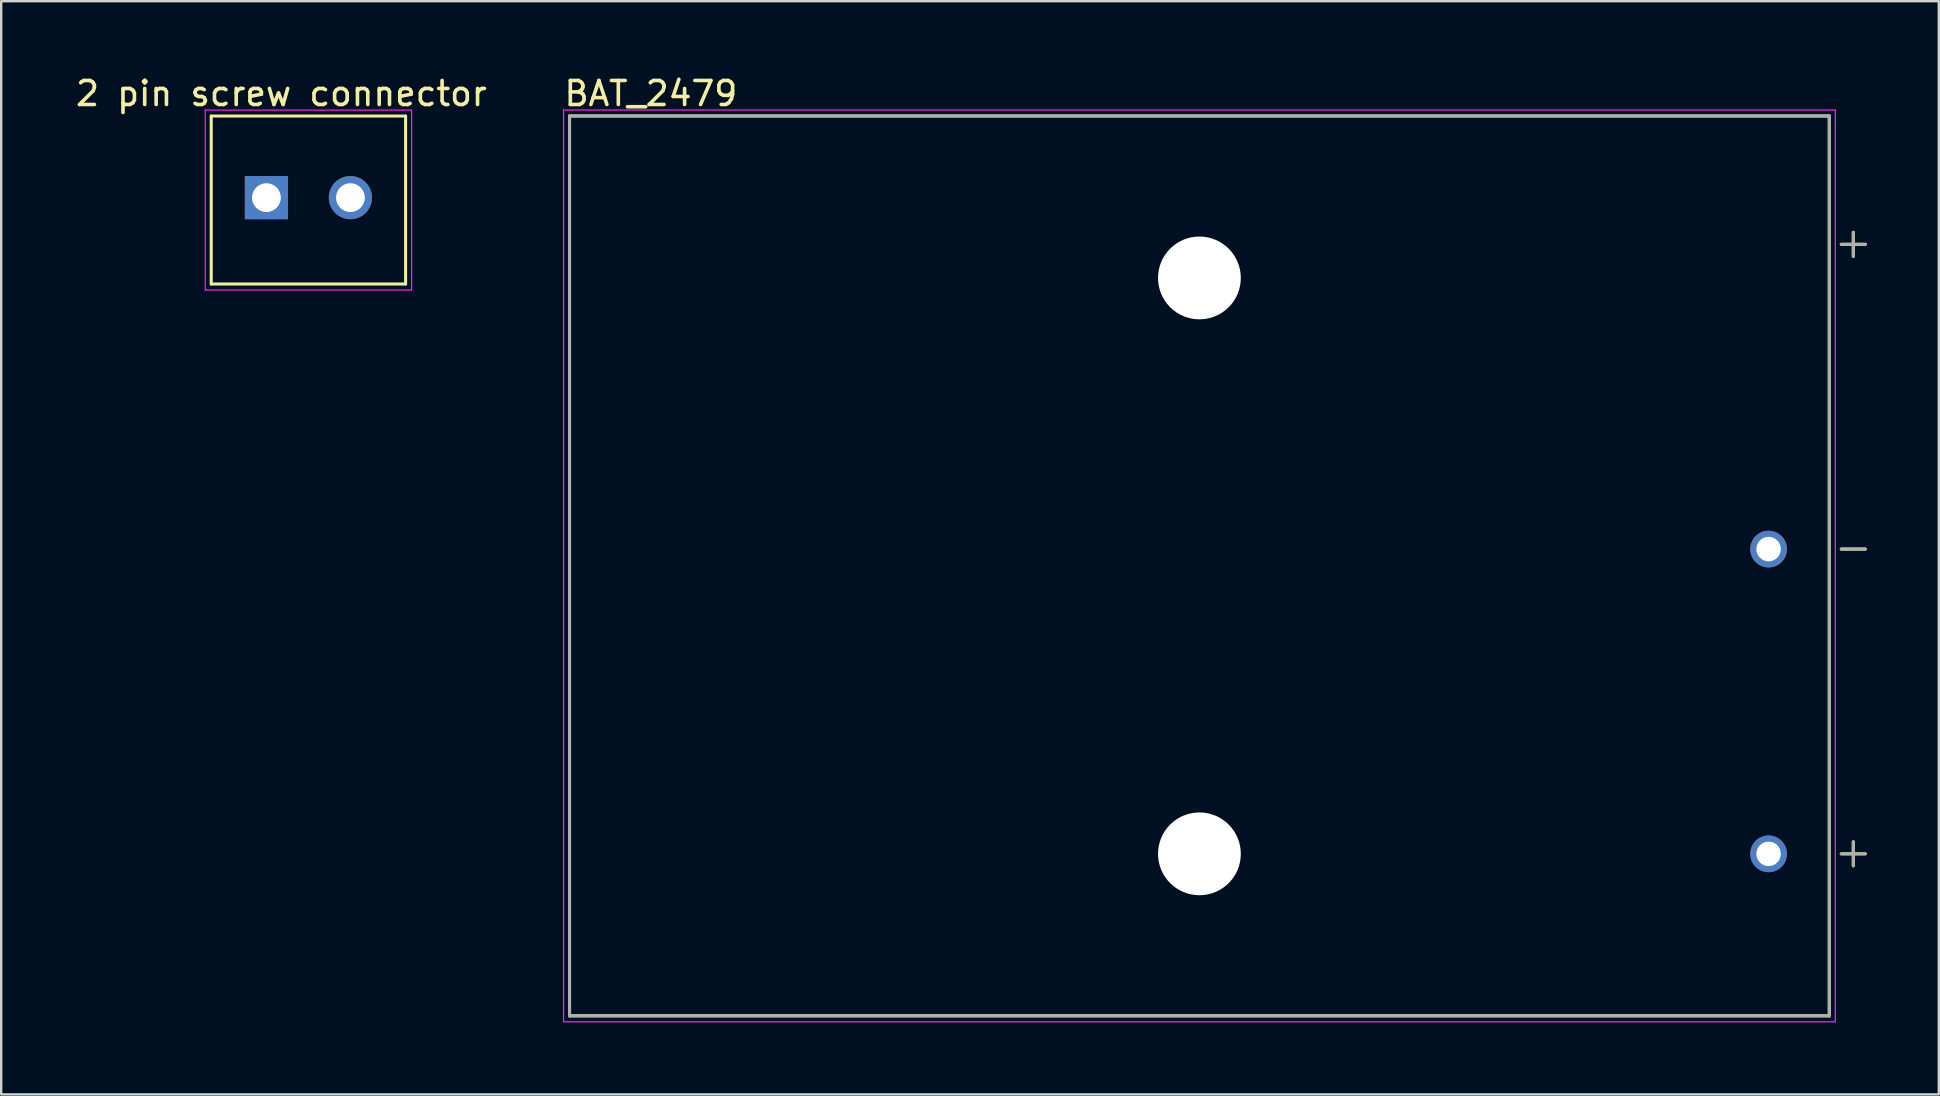
<source format=kicad_pcb>
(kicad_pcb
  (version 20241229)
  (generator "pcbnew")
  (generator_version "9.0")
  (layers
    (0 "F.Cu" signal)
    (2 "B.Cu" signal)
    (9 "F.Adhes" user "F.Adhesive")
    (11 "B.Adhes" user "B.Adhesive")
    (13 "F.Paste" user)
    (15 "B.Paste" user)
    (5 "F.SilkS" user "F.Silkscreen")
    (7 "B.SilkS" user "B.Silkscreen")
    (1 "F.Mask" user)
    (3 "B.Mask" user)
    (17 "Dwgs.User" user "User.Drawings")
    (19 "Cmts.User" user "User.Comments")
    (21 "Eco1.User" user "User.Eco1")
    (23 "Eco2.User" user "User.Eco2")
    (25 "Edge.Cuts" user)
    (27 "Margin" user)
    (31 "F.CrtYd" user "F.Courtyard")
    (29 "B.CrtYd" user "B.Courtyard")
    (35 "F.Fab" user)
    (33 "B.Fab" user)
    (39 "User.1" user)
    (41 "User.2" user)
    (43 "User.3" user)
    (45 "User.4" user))
  (footprint "2 pin screw connector"
    (layer "F.Cu")
    (at 9.803 5.186)
    (property "Reference" "2 pin screw connector" (at -1.126 -4.338 0) (layer "F.SilkS") (effects (font (size 1.001 1.001) (thickness 0.15))))
    (attr through_hole)
    (fp_line (start -4.05 -3.4) (end 4.05 -3.4) (stroke (width 0.127) (type solid)) (layer "F.SilkS"))
    (fp_line (start -4.05 3.6) (end -4.05 -3.4) (stroke (width 0.127) (type solid)) (layer "F.SilkS"))
    (fp_line (start 4.05 -3.4) (end 4.05 3.6) (stroke (width 0.127) (type solid)) (layer "F.SilkS"))
    (fp_line (start 4.05 3.6) (end -4.05 3.6) (stroke (width 0.127) (type solid)) (layer "F.SilkS"))
    (fp_line (start -4.3 -3.65) (end 4.3 -3.65) (stroke (width 0.05) (type solid)) (layer "F.CrtYd"))
    (fp_line (start -4.3 3.85) (end -4.3 -3.65) (stroke (width 0.05) (type solid)) (layer "F.CrtYd"))
    (fp_line (start 4.3 -3.65) (end 4.3 3.85) (stroke (width 0.05) (type solid)) (layer "F.CrtYd"))
    (fp_line (start 4.3 3.85) (end -4.3 3.85) (stroke (width 0.05) (type solid)) (layer "F.CrtYd"))
    (pad "1" thru_hole rect (at -1.75 0) (size 1.8 1.8) (drill 1.2) (layers "*.Cu" "*.Mask"))
    (pad "2" thru_hole circle (at 1.75 0) (size 1.8 1.8) (drill 1.2) (layers "*.Cu" "*.Mask")))
  (footprint "BAT_2479"
    (layer "F.Cu")
    (at 46.935 20.533)
    (property "Reference" "BAT_2479" (at -22.86 -19.685 0) (layer "F.SilkS") (effects (font (size 1 1) (thickness 0.15))))
    (attr through_hole)
    (fp_line (start -26.25 -18.75) (end 26.25 -18.75) (stroke (width 0.127) (type solid)) (layer "F.SilkS"))
    (fp_line (start -26.25 18.75) (end -26.25 -18.75) (stroke (width 0.127) (type solid)) (layer "F.SilkS"))
    (fp_line (start 26.25 -18.75) (end 26.25 18.75) (stroke (width 0.127) (type solid)) (layer "F.SilkS"))
    (fp_line (start 26.25 18.75) (end -26.25 18.75) (stroke (width 0.127) (type solid)) (layer "F.SilkS"))
    (fp_line (start 26.75 -13.4) (end 27.75 -13.4) (stroke (width 0.127) (type solid)) (layer "F.SilkS"))
    (fp_line (start 26.75 -0.7) (end 27.75 -0.7) (stroke (width 0.127) (type solid)) (layer "F.SilkS"))
    (fp_line (start 26.75 12) (end 27.75 12) (stroke (width 0.127) (type solid)) (layer "F.SilkS"))
    (fp_line (start 27.25 -13.9) (end 27.25 -12.9) (stroke (width 0.127) (type solid)) (layer "F.SilkS"))
    (fp_line (start 27.25 11.5) (end 27.25 12.5) (stroke (width 0.127) (type solid)) (layer "F.SilkS"))
    (fp_line (start -26.5 -19) (end 26.5 -19) (stroke (width 0.05) (type solid)) (layer "F.CrtYd"))
    (fp_line (start -26.5 19) (end -26.5 -19) (stroke (width 0.05) (type solid)) (layer "F.CrtYd"))
    (fp_line (start 26.5 -19) (end 26.5 19) (stroke (width 0.05) (type solid)) (layer "F.CrtYd"))
    (fp_line (start 26.5 19) (end -26.5 19) (stroke (width 0.05) (type solid)) (layer "F.CrtYd"))
    (fp_line (start -26.25 -18.75) (end 26.25 -18.75) (stroke (width 0.127) (type solid)) (layer "F.Fab"))
    (fp_line (start -26.25 18.75) (end -26.25 -18.75) (stroke (width 0.127) (type solid)) (layer "F.Fab"))
    (fp_line (start 26.25 -18.75) (end 26.25 18.75) (stroke (width 0.127) (type solid)) (layer "F.Fab"))
    (fp_line (start 26.25 18.75) (end -26.25 18.75) (stroke (width 0.127) (type solid)) (layer "F.Fab"))
    (fp_line (start 26.75 -13.4) (end 27.75 -13.4) (stroke (width 0.127) (type solid)) (layer "F.Fab"))
    (fp_line (start 26.75 -0.7) (end 27.75 -0.7) (stroke (width 0.127) (type solid)) (layer "F.Fab"))
    (fp_line (start 26.75 12) (end 27.75 12) (stroke (width 0.127) (type solid)) (layer "F.Fab"))
    (fp_line (start 27.25 -13.9) (end 27.25 -12.9) (stroke (width 0.127) (type solid)) (layer "F.Fab"))
    (fp_line (start 27.25 11.5) (end 27.25 12.5) (stroke (width 0.127) (type solid)) (layer "F.Fab"))
    (pad "" np_thru_hole circle (at 0 -12) (size 3.45 3.45) (drill 3.45) (layers "*.Cu" "*.Mask"))
    (pad "" np_thru_hole circle (at 0 12) (size 3.45 3.45) (drill 3.45) (layers "*.Cu" "*.Mask"))
    (pad "1" thru_hole circle (at 23.72 12) (size 1.53 1.53) (drill 1.02) (layers "*.Cu" "*.Mask"))
    (pad "2" thru_hole circle (at 23.72 -0.7) (size 1.53 1.53) (drill 1.02) (layers "*.Cu" "*.Mask")))
  (gr_rect
    (start -3 -3)
    (end 77.749 42.558)
    (stroke (width 0.1) (type default))
    (fill no)
    (layer "Edge.Cuts")))
</source>
